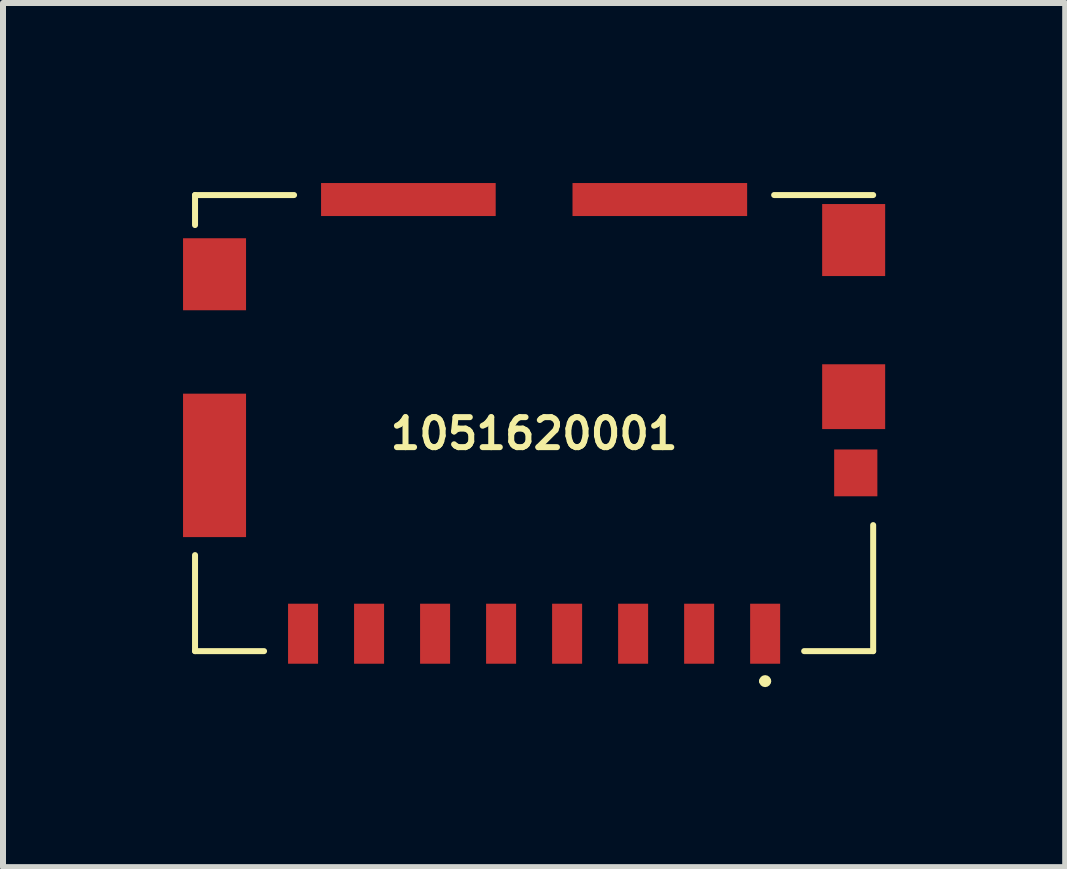
<source format=kicad_pcb>
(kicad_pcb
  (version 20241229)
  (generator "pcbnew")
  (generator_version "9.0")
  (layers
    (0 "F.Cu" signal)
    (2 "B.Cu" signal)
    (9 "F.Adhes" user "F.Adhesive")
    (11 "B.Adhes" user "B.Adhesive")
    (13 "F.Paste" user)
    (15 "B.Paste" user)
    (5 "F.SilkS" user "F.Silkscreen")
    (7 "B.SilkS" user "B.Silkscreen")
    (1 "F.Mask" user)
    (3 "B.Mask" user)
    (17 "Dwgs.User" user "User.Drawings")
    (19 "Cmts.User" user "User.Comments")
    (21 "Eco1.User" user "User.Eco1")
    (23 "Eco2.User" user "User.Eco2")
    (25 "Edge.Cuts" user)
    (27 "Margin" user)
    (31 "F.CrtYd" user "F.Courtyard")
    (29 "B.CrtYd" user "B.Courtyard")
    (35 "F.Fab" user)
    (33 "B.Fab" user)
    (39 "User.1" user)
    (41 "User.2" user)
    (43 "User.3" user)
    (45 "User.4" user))
  (footprint "1051620001"
    (layer "F.Cu")
    (at 5.85 4.175)
    (property "Reference" "1051620001" (at 0 0 0) (layer "F.SilkS") (effects (font (size 0.5 0.5) (thickness 0.1))))
    (attr smd)
    (fp_line (start -5.65 -3.975) (end -5.65 -3.475) (stroke (width 0.1) (type solid)) (layer "F.SilkS"))
    (fp_line (start -5.65 2.025) (end -5.65 3.625) (stroke (width 0.1) (type solid)) (layer "F.SilkS"))
    (fp_line (start -5.65 3.625) (end -4.5 3.625) (stroke (width 0.1) (type solid)) (layer "F.SilkS"))
    (fp_line (start -4 -3.975) (end -5.65 -3.975) (stroke (width 0.1) (type solid)) (layer "F.SilkS"))
    (fp_line (start 3.8 4.125) (end 3.8 4.125) (stroke (width 0.1) (type solid)) (layer "F.SilkS"))
    (fp_line (start 3.9 4.125) (end 3.9 4.125) (stroke (width 0.1) (type solid)) (layer "F.SilkS"))
    (fp_line (start 4.5 3.625) (end 5.65 3.625) (stroke (width 0.1) (type solid)) (layer "F.SilkS"))
    (fp_line (start 5.65 -3.975) (end 4 -3.975) (stroke (width 0.1) (type solid)) (layer "F.SilkS"))
    (fp_line (start 5.65 3.625) (end 5.65 1.525) (stroke (width 0.1) (type solid)) (layer "F.SilkS"))
    (fp_arc (start 3.8 4.125) (mid 3.85 4.075) (end 3.9 4.125) (stroke (width 0.1) (type solid)) (layer "F.SilkS"))
    (fp_arc (start 3.9 4.125) (mid 3.85 4.175) (end 3.8 4.125) (stroke (width 0.1) (type solid)) (layer "F.SilkS"))
    (pad "1" smd rect (at 3.85 3.335) (size 0.5 1) (layers "F.Cu" "F.Mask" "F.Paste"))
    (pad "2" smd rect (at 2.75 3.335) (size 0.5 1) (layers "F.Cu" "F.Mask" "F.Paste"))
    (pad "3" smd rect (at 1.65 3.335) (size 0.5 1) (layers "F.Cu" "F.Mask" "F.Paste"))
    (pad "4" smd rect (at 0.55 3.335) (size 0.5 1) (layers "F.Cu" "F.Mask" "F.Paste"))
    (pad "5" smd rect (at -0.55 3.335) (size 0.5 1) (layers "F.Cu" "F.Mask" "F.Paste"))
    (pad "6" smd rect (at -1.65 3.335) (size 0.5 1) (layers "F.Cu" "F.Mask" "F.Paste"))
    (pad "7" smd rect (at -2.75 3.335) (size 0.5 1) (layers "F.Cu" "F.Mask" "F.Paste"))
    (pad "8" smd rect (at -3.85 3.335) (size 0.5 1) (layers "F.Cu" "F.Mask" "F.Paste"))
    (pad "9" smd rect (at 5.36 0.655) (size 0.72 0.78) (layers "F.Cu" "F.Mask" "F.Paste"))
    (pad "10" smd rect (at 5.325 -0.615) (size 1.05 1.08) (layers "F.Cu" "F.Mask" "F.Paste"))
    (pad "11" smd rect (at 5.325 -3.225) (size 1.05 1.2) (layers "F.Cu" "F.Mask" "F.Paste"))
    (pad "12" smd rect (at -5.325 -2.655) (size 1.05 1.2) (layers "F.Cu" "F.Mask" "F.Paste"))
    (pad "13" smd rect (at -5.325 0.53) (size 1.05 2.39) (layers "F.Cu" "F.Mask" "F.Paste"))
    (pad "14" smd rect (at -2.095 -3.9 90) (size 0.55 2.91) (layers "F.Cu" "F.Mask" "F.Paste"))
    (pad "15" smd rect (at 2.095 -3.9 90) (size 0.55 2.91) (layers "F.Cu" "F.Mask" "F.Paste")))
  (gr_rect
    (start -3 -3)
    (end 14.7 11.4)
    (stroke (width 0.1) (type default))
    (fill no)
    (layer "Edge.Cuts")))
</source>
